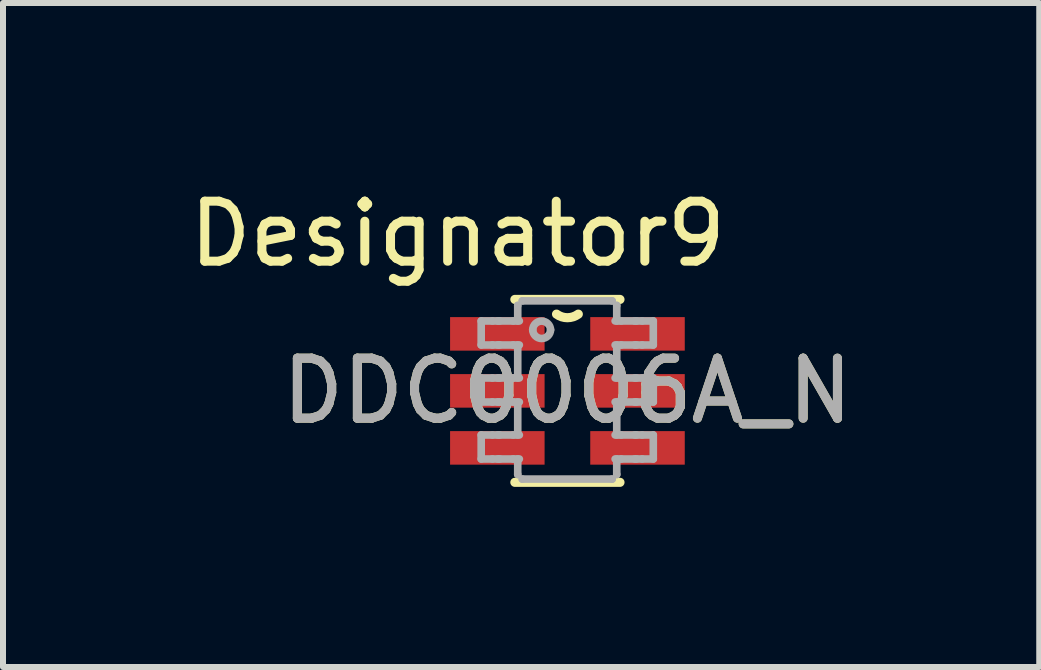
<source format=kicad_pcb>
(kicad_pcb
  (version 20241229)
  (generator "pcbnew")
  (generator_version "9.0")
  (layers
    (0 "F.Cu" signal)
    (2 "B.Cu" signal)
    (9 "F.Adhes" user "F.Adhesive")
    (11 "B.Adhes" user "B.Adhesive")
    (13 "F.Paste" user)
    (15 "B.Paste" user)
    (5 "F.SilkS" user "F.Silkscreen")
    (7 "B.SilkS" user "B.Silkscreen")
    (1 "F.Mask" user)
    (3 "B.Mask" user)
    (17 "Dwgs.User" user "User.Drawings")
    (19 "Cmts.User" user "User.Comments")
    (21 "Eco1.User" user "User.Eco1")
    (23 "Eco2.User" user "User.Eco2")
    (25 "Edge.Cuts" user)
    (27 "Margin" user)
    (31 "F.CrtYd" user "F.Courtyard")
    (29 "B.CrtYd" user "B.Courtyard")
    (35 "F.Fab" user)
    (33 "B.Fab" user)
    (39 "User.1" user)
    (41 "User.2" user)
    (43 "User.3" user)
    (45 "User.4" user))
  (footprint "DDC0006A_N"
    (layer "F.Cu")
    (at 6.406 3.464)
    (property "Reference" "DDC0006A_N" (at 0 0 0) (unlocked yes) (layer "F.SilkS") (effects (font (size 1 1) (thickness 0.15))))
    (attr smd)
    (fp_line (start -0.876 -1.524) (end 0.876 -1.524) (stroke (width 0.152) (type solid)) (layer "F.SilkS"))
    (fp_line (start -0.876 1.524) (end 0.876 1.524) (stroke (width 0.152) (type solid)) (layer "F.SilkS"))
    (fp_arc (start 0.181329 -1.279005) (mid 0 -1.2192) (end -0.181329 -1.279005) (stroke (width 0.1524) (type solid)) (layer "F.SilkS"))
    (fp_line (start -1.437 -1.165) (end -1.251 -1.165) (stroke (width 0.127) (type solid)) (layer "F.Fab"))
    (fp_line (start -1.437 -0.765) (end -1.437 -1.165) (stroke (width 0.127) (type solid)) (layer "F.Fab"))
    (fp_line (start -1.437 -0.765) (end -1.251 -0.765) (stroke (width 0.127) (type solid)) (layer "F.Fab"))
    (fp_line (start -1.437 -0.215) (end -1.251 -0.215) (stroke (width 0.127) (type solid)) (layer "F.Fab"))
    (fp_line (start -1.437 0.185) (end -1.437 -0.215) (stroke (width 0.127) (type solid)) (layer "F.Fab"))
    (fp_line (start -1.437 0.185) (end -1.251 0.185) (stroke (width 0.127) (type solid)) (layer "F.Fab"))
    (fp_line (start -1.437 0.735) (end -1.251 0.735) (stroke (width 0.127) (type solid)) (layer "F.Fab"))
    (fp_line (start -1.437 1.135) (end -1.437 0.735) (stroke (width 0.127) (type solid)) (layer "F.Fab"))
    (fp_line (start -1.437 1.135) (end -1.251 1.135) (stroke (width 0.127) (type solid)) (layer "F.Fab"))
    (fp_line (start -1.251 -1.165) (end -1.159 -1.165) (stroke (width 0.127) (type solid)) (layer "F.Fab"))
    (fp_line (start -1.251 -0.765) (end -1.159 -0.765) (stroke (width 0.127) (type solid)) (layer "F.Fab"))
    (fp_line (start -1.251 -0.215) (end -1.159 -0.215) (stroke (width 0.127) (type solid)) (layer "F.Fab"))
    (fp_line (start -1.251 0.185) (end -1.159 0.185) (stroke (width 0.127) (type solid)) (layer "F.Fab"))
    (fp_line (start -1.251 0.735) (end -1.159 0.735) (stroke (width 0.127) (type solid)) (layer "F.Fab"))
    (fp_line (start -1.251 1.135) (end -1.159 1.135) (stroke (width 0.127) (type solid)) (layer "F.Fab"))
    (fp_line (start -1.159 -1.165) (end -1.128 -1.165) (stroke (width 0.127) (type solid)) (layer "F.Fab"))
    (fp_line (start -1.159 -0.765) (end -1.128 -0.765) (stroke (width 0.127) (type solid)) (layer "F.Fab"))
    (fp_line (start -1.159 -0.215) (end -1.128 -0.215) (stroke (width 0.127) (type solid)) (layer "F.Fab"))
    (fp_line (start -1.159 0.185) (end -1.128 0.185) (stroke (width 0.127) (type solid)) (layer "F.Fab"))
    (fp_line (start -1.159 0.735) (end -1.128 0.735) (stroke (width 0.127) (type solid)) (layer "F.Fab"))
    (fp_line (start -1.159 1.135) (end -1.128 1.135) (stroke (width 0.127) (type solid)) (layer "F.Fab"))
    (fp_line (start -1.128 -1.165) (end -0.903 -1.165) (stroke (width 0.127) (type solid)) (layer "F.Fab"))
    (fp_line (start -1.128 -0.765) (end -0.903 -0.765) (stroke (width 0.127) (type solid)) (layer "F.Fab"))
    (fp_line (start -1.128 -0.215) (end -0.903 -0.215) (stroke (width 0.127) (type solid)) (layer "F.Fab"))
    (fp_line (start -1.128 0.185) (end -0.903 0.185) (stroke (width 0.127) (type solid)) (layer "F.Fab"))
    (fp_line (start -1.128 0.735) (end -0.903 0.735) (stroke (width 0.127) (type solid)) (layer "F.Fab"))
    (fp_line (start -1.128 1.135) (end -0.903 1.135) (stroke (width 0.127) (type solid)) (layer "F.Fab"))
    (fp_line (start -0.903 -1.165) (end -0.801 -1.165) (stroke (width 0.127) (type solid)) (layer "F.Fab"))
    (fp_line (start -0.903 -0.765) (end -0.801 -0.765) (stroke (width 0.127) (type solid)) (layer "F.Fab"))
    (fp_line (start -0.903 -0.215) (end -0.801 -0.215) (stroke (width 0.127) (type solid)) (layer "F.Fab"))
    (fp_line (start -0.903 0.185) (end -0.801 0.185) (stroke (width 0.127) (type solid)) (layer "F.Fab"))
    (fp_line (start -0.903 0.735) (end -0.801 0.735) (stroke (width 0.127) (type solid)) (layer "F.Fab"))
    (fp_line (start -0.903 1.135) (end -0.801 1.135) (stroke (width 0.127) (type solid)) (layer "F.Fab"))
    (fp_line (start -0.828 -1.422) (end -0.828 -1.426) (stroke (width 0.127) (type solid)) (layer "F.Fab"))
    (fp_line (start -0.828 -1.165) (end -0.828 -1.422) (stroke (width 0.127) (type solid)) (layer "F.Fab"))
    (fp_line (start -0.828 -0.215) (end -0.828 -0.765) (stroke (width 0.127) (type solid)) (layer "F.Fab"))
    (fp_line (start -0.828 0.735) (end -0.828 0.185) (stroke (width 0.127) (type solid)) (layer "F.Fab"))
    (fp_line (start -0.828 1.392) (end -0.828 1.135) (stroke (width 0.127) (type solid)) (layer "F.Fab"))
    (fp_line (start -0.828 1.395) (end -0.828 1.392) (stroke (width 0.127) (type solid)) (layer "F.Fab"))
    (fp_line (start -0.754 -1.5) (end -0.75 -1.5) (stroke (width 0.127) (type solid)) (layer "F.Fab"))
    (fp_line (start -0.754 1.47) (end -0.75 1.47) (stroke (width 0.127) (type solid)) (layer "F.Fab"))
    (fp_line (start -0.75 -1.5) (end 0.743 -1.5) (stroke (width 0.127) (type solid)) (layer "F.Fab"))
    (fp_line (start -0.75 1.47) (end 0.743 1.47) (stroke (width 0.127) (type solid)) (layer "F.Fab"))
    (fp_line (start 0.743 -1.5) (end 0.747 -1.5) (stroke (width 0.127) (type solid)) (layer "F.Fab"))
    (fp_line (start 0.743 1.47) (end 0.747 1.47) (stroke (width 0.127) (type solid)) (layer "F.Fab"))
    (fp_line (start 0.795 -1.165) (end 0.896 -1.165) (stroke (width 0.127) (type solid)) (layer "F.Fab"))
    (fp_line (start 0.795 -0.765) (end 0.896 -0.765) (stroke (width 0.127) (type solid)) (layer "F.Fab"))
    (fp_line (start 0.795 -0.215) (end 0.896 -0.215) (stroke (width 0.127) (type solid)) (layer "F.Fab"))
    (fp_line (start 0.795 0.185) (end 0.896 0.185) (stroke (width 0.127) (type solid)) (layer "F.Fab"))
    (fp_line (start 0.795 0.735) (end 0.896 0.735) (stroke (width 0.127) (type solid)) (layer "F.Fab"))
    (fp_line (start 0.795 1.135) (end 0.896 1.135) (stroke (width 0.127) (type solid)) (layer "F.Fab"))
    (fp_line (start 0.822 -1.422) (end 0.822 -1.426) (stroke (width 0.127) (type solid)) (layer "F.Fab"))
    (fp_line (start 0.822 -1.165) (end 0.822 -1.422) (stroke (width 0.127) (type solid)) (layer "F.Fab"))
    (fp_line (start 0.822 -0.215) (end 0.822 -0.765) (stroke (width 0.127) (type solid)) (layer "F.Fab"))
    (fp_line (start 0.822 0.735) (end 0.822 0.185) (stroke (width 0.127) (type solid)) (layer "F.Fab"))
    (fp_line (start 0.822 1.392) (end 0.822 1.135) (stroke (width 0.127) (type solid)) (layer "F.Fab"))
    (fp_line (start 0.822 1.395) (end 0.822 1.392) (stroke (width 0.127) (type solid)) (layer "F.Fab"))
    (fp_line (start 0.896 -1.165) (end 1.122 -1.165) (stroke (width 0.127) (type solid)) (layer "F.Fab"))
    (fp_line (start 0.896 -0.765) (end 1.122 -0.765) (stroke (width 0.127) (type solid)) (layer "F.Fab"))
    (fp_line (start 0.896 -0.215) (end 1.122 -0.215) (stroke (width 0.127) (type solid)) (layer "F.Fab"))
    (fp_line (start 0.896 0.185) (end 1.122 0.185) (stroke (width 0.127) (type solid)) (layer "F.Fab"))
    (fp_line (start 0.896 0.735) (end 1.122 0.735) (stroke (width 0.127) (type solid)) (layer "F.Fab"))
    (fp_line (start 0.896 1.135) (end 1.122 1.135) (stroke (width 0.127) (type solid)) (layer "F.Fab"))
    (fp_line (start 1.122 -1.165) (end 1.152 -1.165) (stroke (width 0.127) (type solid)) (layer "F.Fab"))
    (fp_line (start 1.122 -0.765) (end 1.152 -0.765) (stroke (width 0.127) (type solid)) (layer "F.Fab"))
    (fp_line (start 1.122 -0.215) (end 1.152 -0.215) (stroke (width 0.127) (type solid)) (layer "F.Fab"))
    (fp_line (start 1.122 0.185) (end 1.152 0.185) (stroke (width 0.127) (type solid)) (layer "F.Fab"))
    (fp_line (start 1.122 0.735) (end 1.152 0.735) (stroke (width 0.127) (type solid)) (layer "F.Fab"))
    (fp_line (start 1.122 1.135) (end 1.152 1.135) (stroke (width 0.127) (type solid)) (layer "F.Fab"))
    (fp_line (start 1.152 -1.165) (end 1.245 -1.165) (stroke (width 0.127) (type solid)) (layer "F.Fab"))
    (fp_line (start 1.152 -0.765) (end 1.245 -0.765) (stroke (width 0.127) (type solid)) (layer "F.Fab"))
    (fp_line (start 1.152 -0.215) (end 1.245 -0.215) (stroke (width 0.127) (type solid)) (layer "F.Fab"))
    (fp_line (start 1.152 0.185) (end 1.245 0.185) (stroke (width 0.127) (type solid)) (layer "F.Fab"))
    (fp_line (start 1.152 0.735) (end 1.245 0.735) (stroke (width 0.127) (type solid)) (layer "F.Fab"))
    (fp_line (start 1.152 1.135) (end 1.245 1.135) (stroke (width 0.127) (type solid)) (layer "F.Fab"))
    (fp_line (start 1.245 -1.165) (end 1.431 -1.165) (stroke (width 0.127) (type solid)) (layer "F.Fab"))
    (fp_line (start 1.245 -0.765) (end 1.431 -0.765) (stroke (width 0.127) (type solid)) (layer "F.Fab"))
    (fp_line (start 1.245 -0.215) (end 1.431 -0.215) (stroke (width 0.127) (type solid)) (layer "F.Fab"))
    (fp_line (start 1.245 0.185) (end 1.431 0.185) (stroke (width 0.127) (type solid)) (layer "F.Fab"))
    (fp_line (start 1.245 0.735) (end 1.431 0.735) (stroke (width 0.127) (type solid)) (layer "F.Fab"))
    (fp_line (start 1.245 1.135) (end 1.431 1.135) (stroke (width 0.127) (type solid)) (layer "F.Fab"))
    (fp_line (start 1.431 -0.765) (end 1.431 -1.165) (stroke (width 0.127) (type solid)) (layer "F.Fab"))
    (fp_line (start 1.431 0.185) (end 1.431 -0.215) (stroke (width 0.127) (type solid)) (layer "F.Fab"))
    (fp_line (start 1.431 1.135) (end 1.431 0.735) (stroke (width 0.127) (type solid)) (layer "F.Fab"))
    (fp_arc (start -0.578322 -1.017679) (mid -0.429542 -1.166459) (end -0.280761 -1.017679) (stroke (width 0.127) (type solid)) (layer "F.Fab"))
    (fp_arc (start -0.280761 -1.017679) (mid -0.429542 -0.868898) (end -0.578322 -1.017679) (stroke (width 0.127) (type solid)) (layer "F.Fab"))
    (fp_text user "Designator9" (at -1.829 -2.616 0) (unlocked yes) (layer "F.SilkS") (effects (font (size 1 1) (thickness 0.15))))
    (fp_text user "${REFERENCE}" (at 0 0 0) (unlocked yes) (layer "F.Fab") (effects (font (size 1 1) (thickness 0.15))))
    (pad "1" smd rect (at -1.168 -0.95) (size 1.575 0.559) (layers "F.Cu" "F.Mask" "F.Paste"))
    (pad "2" smd rect (at -1.168 0) (size 1.575 0.559) (layers "F.Cu" "F.Mask" "F.Paste"))
    (pad "3" smd rect (at -1.168 0.95) (size 1.575 0.559) (layers "F.Cu" "F.Mask" "F.Paste"))
    (pad "4" smd rect (at 1.168 0.95) (size 1.575 0.559) (layers "F.Cu" "F.Mask" "F.Paste"))
    (pad "5" smd rect (at 1.168 0) (size 1.575 0.559) (layers "F.Cu" "F.Mask" "F.Paste"))
    (pad "6" smd rect (at 1.168 -0.95) (size 1.575 0.559) (layers "F.Cu" "F.Mask" "F.Paste")))
  (gr_rect
    (start -3 -3)
    (end 14.269 8.065)
    (stroke (width 0.1) (type default))
    (fill no)
    (layer "Edge.Cuts")))
</source>
